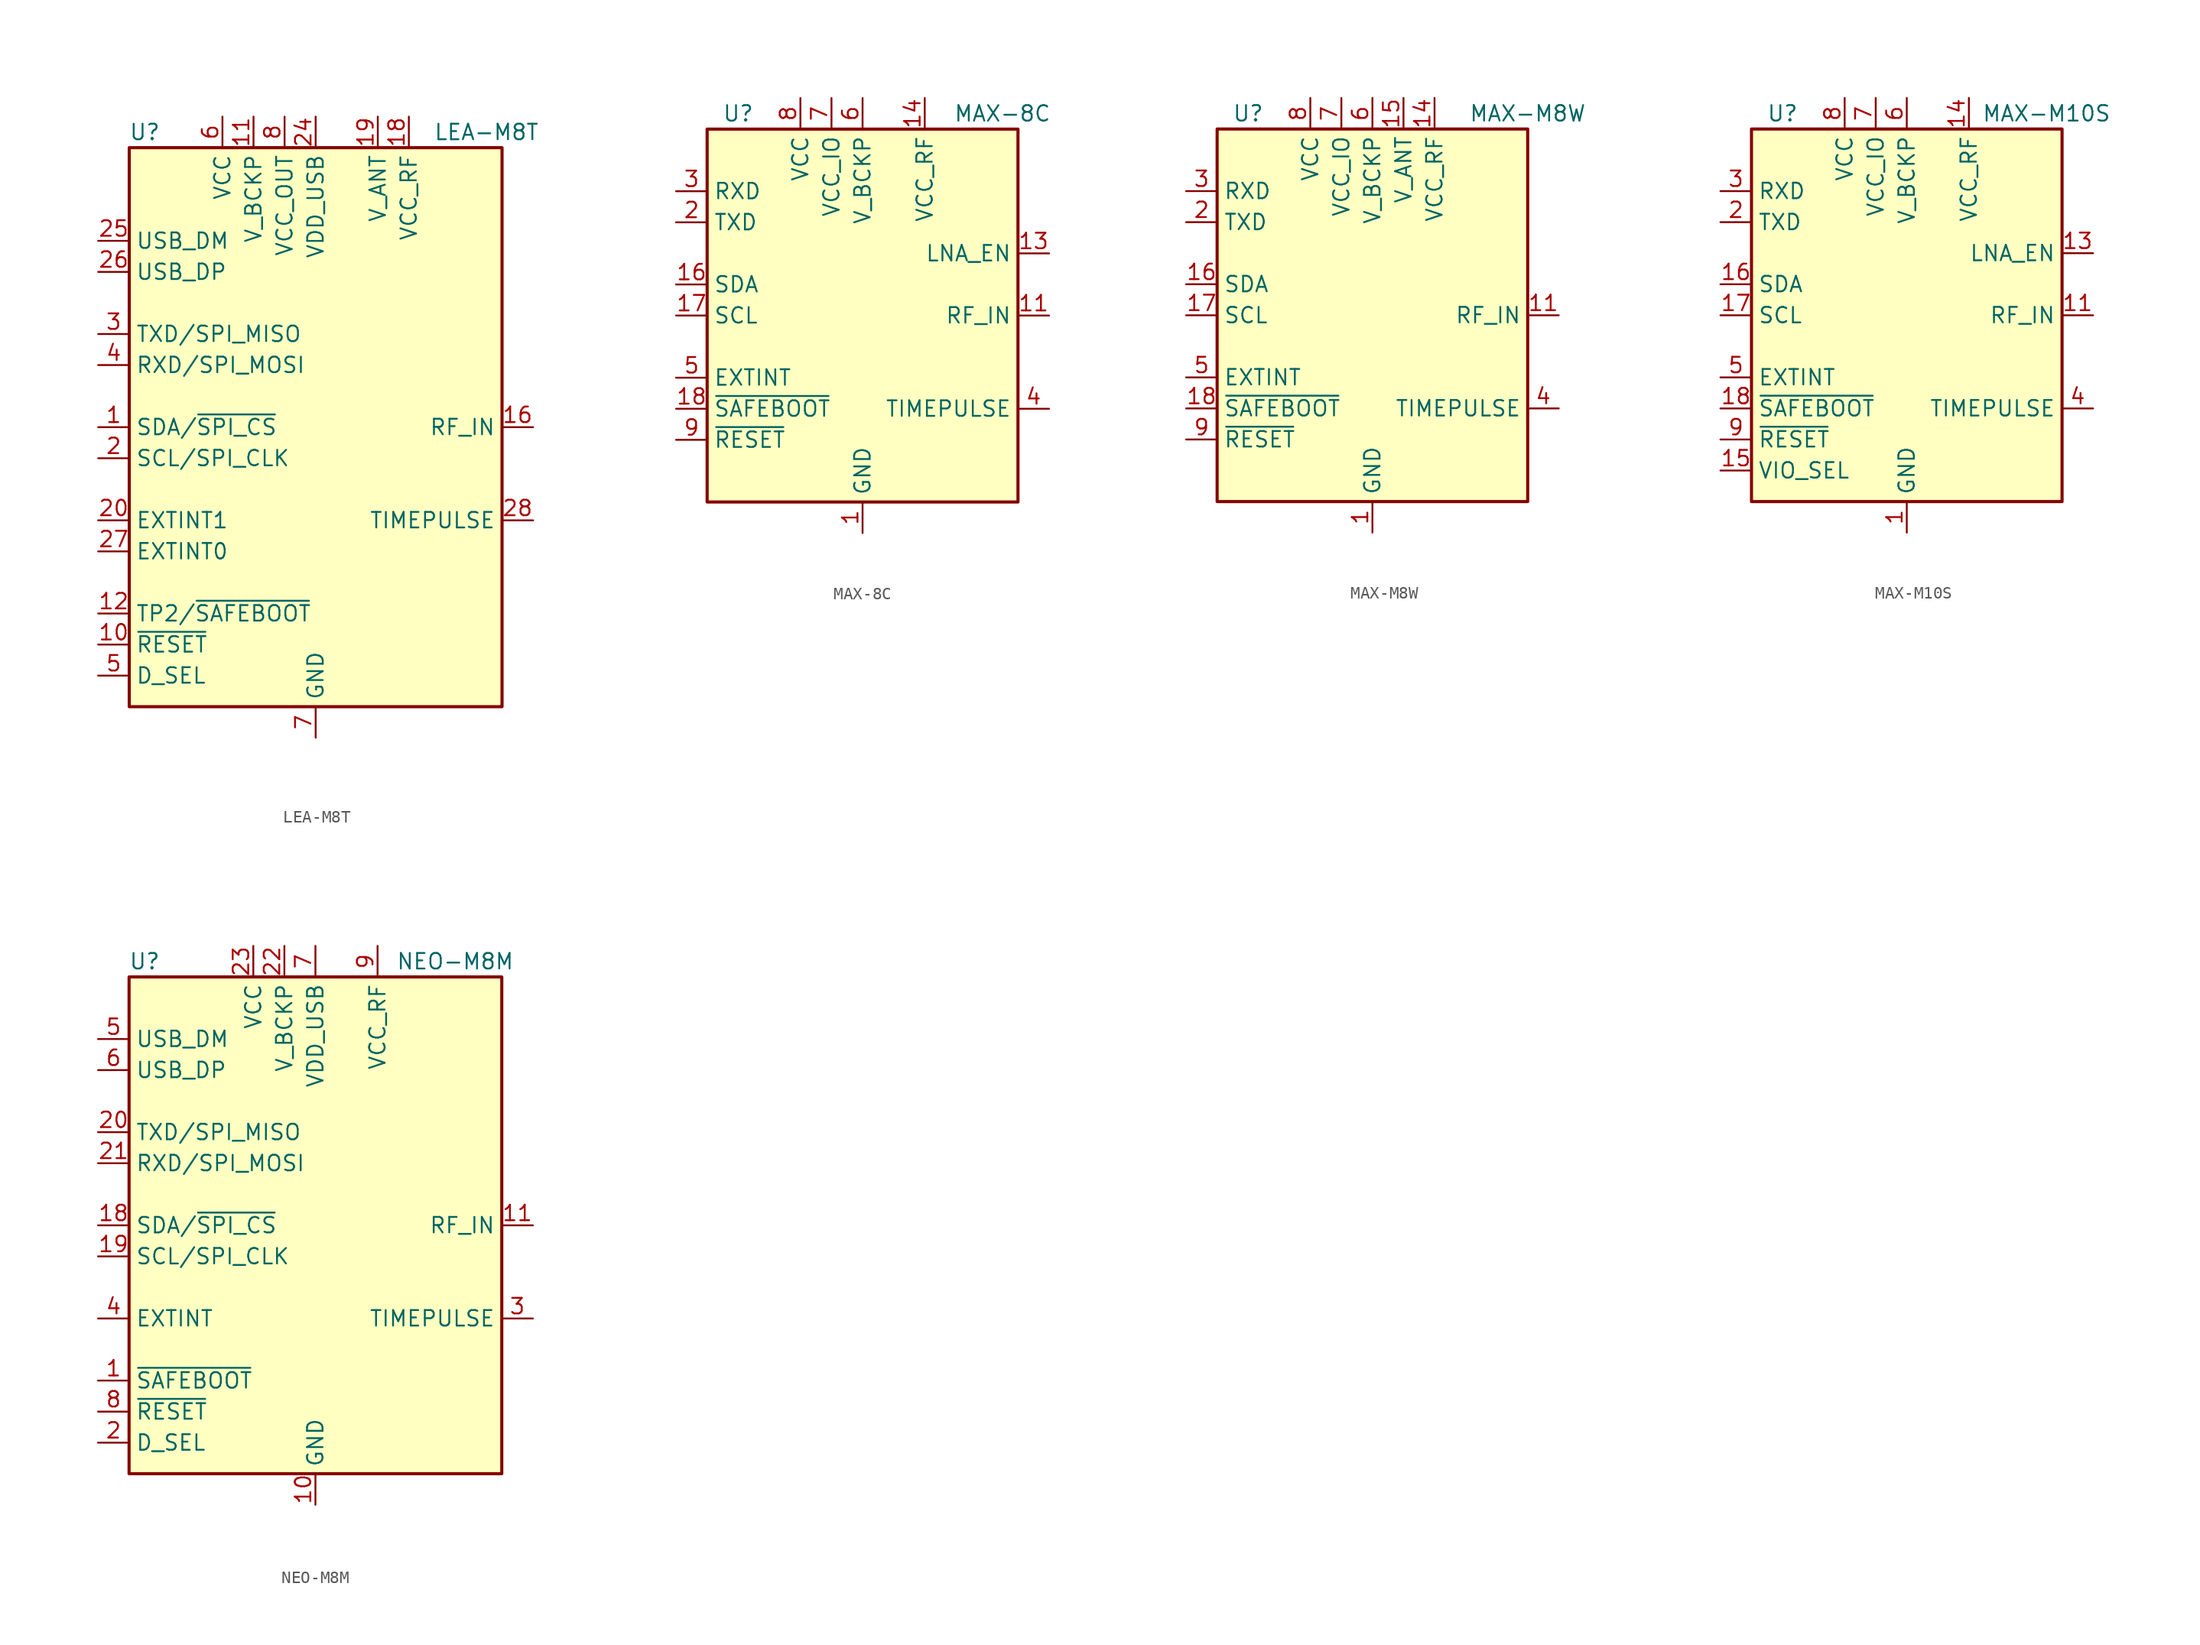
<source format=kicad_sym>
(kicad_symbol_lib
  (version 20211014)
  (generator kicad_symbol_editor)
  (symbol "LEA-M8T"
    (property "Reference" "U"
      (at -13.97 24.13 0)
      (effects (font (size 1.27 1.27))))
    (property "Value" "LEA-M8T"
      (at 13.97 24.13 0)
      (effects (font (size 1.27 1.27))))
    (symbol "LEA-M8T_0_1"
      (rectangle (start -15.24 22.86) (end 15.24 -22.86) (stroke (width 0.254) (type default) (color 0 0 0 0)) (fill (type background))))
    (symbol "LEA-M8T_1_1"
      (pin bidirectional line (at -17.78 0 0) (length 2.54) (name "SDA/~{SPI_CS}" (effects (font (size 1.27 1.27)))) (number "1" (effects (font (size 1.27 1.27)))))
      (pin input line (at -17.78 -17.78 0) (length 2.54) (name "~{RESET}" (effects (font (size 1.27 1.27)))) (number "10" (effects (font (size 1.27 1.27)))))
      (pin power_in line (at -5.08 25.4 270) (length 2.54) (name "V_BCKP" (effects (font (size 1.27 1.27)))) (number "11" (effects (font (size 1.27 1.27)))))
      (pin bidirectional line (at -17.78 -15.24 0) (length 2.54) (name "TP2/~{SAFEBOOT}" (effects (font (size 1.27 1.27)))) (number "12" (effects (font (size 1.27 1.27)))))
      (pin passive line (at 0 -25.4 90) (length 2.54) hide (name "GND" (effects (font (size 1.27 1.27)))) (number "13" (effects (font (size 1.27 1.27)))))
      (pin passive line (at 0 -25.4 90) (length 2.54) hide (name "GND" (effects (font (size 1.27 1.27)))) (number "14" (effects (font (size 1.27 1.27)))))
      (pin passive line (at 0 -25.4 90) (length 2.54) hide (name "GND" (effects (font (size 1.27 1.27)))) (number "15" (effects (font (size 1.27 1.27)))))
      (pin input line (at 17.78 0 180) (length 2.54) (name "RF_IN" (effects (font (size 1.27 1.27)))) (number "16" (effects (font (size 1.27 1.27)))))
      (pin passive line (at 0 -25.4 90) (length 2.54) hide (name "GND" (effects (font (size 1.27 1.27)))) (number "17" (effects (font (size 1.27 1.27)))))
      (pin power_out line (at 7.62 25.4 270) (length 2.54) (name "VCC_RF" (effects (font (size 1.27 1.27)))) (number "18" (effects (font (size 1.27 1.27)))))
      (pin power_in line (at 5.08 25.4 270) (length 2.54) (name "V_ANT" (effects (font (size 1.27 1.27)))) (number "19" (effects (font (size 1.27 1.27)))))
      (pin input line (at -17.78 -2.54 0) (length 2.54) (name "SCL/SPI_CLK" (effects (font (size 1.27 1.27)))) (number "2" (effects (font (size 1.27 1.27)))))
      (pin input line (at -17.78 -7.62 0) (length 2.54) (name "EXTINT1" (effects (font (size 1.27 1.27)))) (number "20" (effects (font (size 1.27 1.27)))))
      (pin no_connect line (at 15.24 7.62 180) (length 2.54) hide (name "RESERVED" (effects (font (size 1.27 1.27)))) (number "21" (effects (font (size 1.27 1.27)))))
      (pin no_connect line (at 15.24 5.08 180) (length 2.54) hide (name "RESERVED" (effects (font (size 1.27 1.27)))) (number "22" (effects (font (size 1.27 1.27)))))
      (pin no_connect line (at 15.24 2.54 180) (length 2.54) hide (name "RESERVED" (effects (font (size 1.27 1.27)))) (number "23" (effects (font (size 1.27 1.27)))))
      (pin power_in line (at 0 25.4 270) (length 2.54) (name "VDD_USB" (effects (font (size 1.27 1.27)))) (number "24" (effects (font (size 1.27 1.27)))))
      (pin bidirectional line (at -17.78 15.24 0) (length 2.54) (name "USB_DM" (effects (font (size 1.27 1.27)))) (number "25" (effects (font (size 1.27 1.27)))))
      (pin bidirectional line (at -17.78 12.7 0) (length 2.54) (name "USB_DP" (effects (font (size 1.27 1.27)))) (number "26" (effects (font (size 1.27 1.27)))))
      (pin input line (at -17.78 -10.16 0) (length 2.54) (name "EXTINT0" (effects (font (size 1.27 1.27)))) (number "27" (effects (font (size 1.27 1.27)))))
      (pin output line (at 17.78 -7.62 180) (length 2.54) (name "TIMEPULSE" (effects (font (size 1.27 1.27)))) (number "28" (effects (font (size 1.27 1.27)))))
      (pin output line (at -17.78 7.62 0) (length 2.54) (name "TXD/SPI_MISO" (effects (font (size 1.27 1.27)))) (number "3" (effects (font (size 1.27 1.27)))))
      (pin input line (at -17.78 5.08 0) (length 2.54) (name "RXD/SPI_MOSI" (effects (font (size 1.27 1.27)))) (number "4" (effects (font (size 1.27 1.27)))))
      (pin input line (at -17.78 -20.32 0) (length 2.54) (name "D_SEL" (effects (font (size 1.27 1.27)))) (number "5" (effects (font (size 1.27 1.27)))))
      (pin power_in line (at -7.62 25.4 270) (length 2.54) (name "VCC" (effects (font (size 1.27 1.27)))) (number "6" (effects (font (size 1.27 1.27)))))
      (pin power_in line (at 0 -25.4 90) (length 2.54) (name "GND" (effects (font (size 1.27 1.27)))) (number "7" (effects (font (size 1.27 1.27)))))
      (pin power_out line (at -2.54 25.4 270) (length 2.54) (name "VCC_OUT" (effects (font (size 1.27 1.27)))) (number "8" (effects (font (size 1.27 1.27)))))
      (pin no_connect line (at 15.24 10.16 180) (length 2.54) hide (name "RESERVED" (effects (font (size 1.27 1.27)))) (number "9" (effects (font (size 1.27 1.27)))))))
  (symbol "MAX-8C"
    (property "Reference" "U"
      (at -10.16 16.51 0)
      (effects (font (size 1.27 1.27))))
    (property "Value" "MAX-8C"
      (at 11.43 16.51 0)
      (effects (font (size 1.27 1.27))))
    (symbol "MAX-8C_0_1"
      (rectangle (start 12.7 15.24) (end -12.7 -15.24) (stroke (width 0.254) (type default) (color 0 0 0 0)) (fill (type background))))
    (symbol "MAX-8C_1_1"
      (pin power_in line (at 0 -17.78 90) (length 2.54) (name "GND" (effects (font (size 1.27 1.27)))) (number "1" (effects (font (size 1.27 1.27)))))
      (pin passive line (at 0 -17.78 90) (length 2.54) hide (name "GND" (effects (font (size 1.27 1.27)))) (number "10" (effects (font (size 1.27 1.27)))))
      (pin input line (at 15.24 0 180) (length 2.54) (name "RF_IN" (effects (font (size 1.27 1.27)))) (number "11" (effects (font (size 1.27 1.27)))))
      (pin passive line (at 0 -17.78 90) (length 2.54) hide (name "GND" (effects (font (size 1.27 1.27)))) (number "12" (effects (font (size 1.27 1.27)))))
      (pin output line (at 15.24 5.08 180) (length 2.54) (name "LNA_EN" (effects (font (size 1.27 1.27)))) (number "13" (effects (font (size 1.27 1.27)))))
      (pin power_out line (at 5.08 17.78 270) (length 2.54) (name "VCC_RF" (effects (font (size 1.27 1.27)))) (number "14" (effects (font (size 1.27 1.27)))))
      (pin no_connect line (at 12.7 -5.08 180) (length 2.54) hide (name "Reserved" (effects (font (size 1.27 1.27)))) (number "15" (effects (font (size 1.27 1.27)))))
      (pin bidirectional line (at -15.24 2.54 0) (length 2.54) (name "SDA" (effects (font (size 1.27 1.27)))) (number "16" (effects (font (size 1.27 1.27)))))
      (pin input line (at -15.24 0 0) (length 2.54) (name "SCL" (effects (font (size 1.27 1.27)))) (number "17" (effects (font (size 1.27 1.27)))))
      (pin input line (at -15.24 -7.62 0) (length 2.54) (name "~{SAFEBOOT}" (effects (font (size 1.27 1.27)))) (number "18" (effects (font (size 1.27 1.27)))))
      (pin output line (at -15.24 7.62 0) (length 2.54) (name "TXD" (effects (font (size 1.27 1.27)))) (number "2" (effects (font (size 1.27 1.27)))))
      (pin input line (at -15.24 10.16 0) (length 2.54) (name "RXD" (effects (font (size 1.27 1.27)))) (number "3" (effects (font (size 1.27 1.27)))))
      (pin output line (at 15.24 -7.62 180) (length 2.54) (name "TIMEPULSE" (effects (font (size 1.27 1.27)))) (number "4" (effects (font (size 1.27 1.27)))))
      (pin input line (at -15.24 -5.08 0) (length 2.54) (name "EXTINT" (effects (font (size 1.27 1.27)))) (number "5" (effects (font (size 1.27 1.27)))))
      (pin power_in line (at 0 17.78 270) (length 2.54) (name "V_BCKP" (effects (font (size 1.27 1.27)))) (number "6" (effects (font (size 1.27 1.27)))))
      (pin power_in line (at -2.54 17.78 270) (length 2.54) (name "VCC_IO" (effects (font (size 1.27 1.27)))) (number "7" (effects (font (size 1.27 1.27)))))
      (pin power_in line (at -5.08 17.78 270) (length 2.54) (name "VCC" (effects (font (size 1.27 1.27)))) (number "8" (effects (font (size 1.27 1.27)))))
      (pin input line (at -15.24 -10.16 0) (length 2.54) (name "~{RESET}" (effects (font (size 1.27 1.27)))) (number "9" (effects (font (size 1.27 1.27)))))))
  (symbol "MAX-M8W"
    (property "Reference" "U"
      (at -10.16 16.51 0)
      (effects (font (size 1.27 1.27))))
    (property "Value" "MAX-M8W"
      (at 12.7 16.51 0)
      (effects (font (size 1.27 1.27))))
    (symbol "MAX-M8W_0_1"
      (rectangle (start 12.7 15.24) (end -12.7 -15.24) (stroke (width 0.254) (type default) (color 0 0 0 0)) (fill (type background))))
    (symbol "MAX-M8W_1_1"
      (pin power_in line (at 0 -17.78 90) (length 2.54) (name "GND" (effects (font (size 1.27 1.27)))) (number "1" (effects (font (size 1.27 1.27)))))
      (pin passive line (at 0 -17.78 90) (length 2.54) hide (name "GND" (effects (font (size 1.27 1.27)))) (number "10" (effects (font (size 1.27 1.27)))))
      (pin input line (at 15.24 0 180) (length 2.54) (name "RF_IN" (effects (font (size 1.27 1.27)))) (number "11" (effects (font (size 1.27 1.27)))))
      (pin passive line (at 0 -17.78 90) (length 2.54) hide (name "GND" (effects (font (size 1.27 1.27)))) (number "12" (effects (font (size 1.27 1.27)))))
      (pin no_connect line (at 12.7 -5.08 180) (length 2.54) hide (name "Reserved" (effects (font (size 1.27 1.27)))) (number "13" (effects (font (size 1.27 1.27)))))
      (pin power_out line (at 5.08 17.78 270) (length 2.54) (name "VCC_RF" (effects (font (size 1.27 1.27)))) (number "14" (effects (font (size 1.27 1.27)))))
      (pin power_in line (at 2.54 17.78 270) (length 2.54) (name "V_ANT" (effects (font (size 1.27 1.27)))) (number "15" (effects (font (size 1.27 1.27)))))
      (pin bidirectional line (at -15.24 2.54 0) (length 2.54) (name "SDA" (effects (font (size 1.27 1.27)))) (number "16" (effects (font (size 1.27 1.27)))))
      (pin input line (at -15.24 0 0) (length 2.54) (name "SCL" (effects (font (size 1.27 1.27)))) (number "17" (effects (font (size 1.27 1.27)))))
      (pin input line (at -15.24 -7.62 0) (length 2.54) (name "~{SAFEBOOT}" (effects (font (size 1.27 1.27)))) (number "18" (effects (font (size 1.27 1.27)))))
      (pin output line (at -15.24 7.62 0) (length 2.54) (name "TXD" (effects (font (size 1.27 1.27)))) (number "2" (effects (font (size 1.27 1.27)))))
      (pin input line (at -15.24 10.16 0) (length 2.54) (name "RXD" (effects (font (size 1.27 1.27)))) (number "3" (effects (font (size 1.27 1.27)))))
      (pin output line (at 15.24 -7.62 180) (length 2.54) (name "TIMEPULSE" (effects (font (size 1.27 1.27)))) (number "4" (effects (font (size 1.27 1.27)))))
      (pin input line (at -15.24 -5.08 0) (length 2.54) (name "EXTINT" (effects (font (size 1.27 1.27)))) (number "5" (effects (font (size 1.27 1.27)))))
      (pin power_in line (at 0 17.78 270) (length 2.54) (name "V_BCKP" (effects (font (size 1.27 1.27)))) (number "6" (effects (font (size 1.27 1.27)))))
      (pin power_in line (at -2.54 17.78 270) (length 2.54) (name "VCC_IO" (effects (font (size 1.27 1.27)))) (number "7" (effects (font (size 1.27 1.27)))))
      (pin power_in line (at -5.08 17.78 270) (length 2.54) (name "VCC" (effects (font (size 1.27 1.27)))) (number "8" (effects (font (size 1.27 1.27)))))
      (pin input line (at -15.24 -10.16 0) (length 2.54) (name "~{RESET}" (effects (font (size 1.27 1.27)))) (number "9" (effects (font (size 1.27 1.27)))))))
  (symbol "MAX-M10S"
    (property "Reference" "U"
      (at -10.16 16.51 0)
      (effects (font (size 1.27 1.27))))
    (property "Value" "MAX-M10S"
      (at 11.43 16.51 0)
      (effects (font (size 1.27 1.27))))
    (symbol "MAX-M10S_0_1"
      (rectangle (start 12.7 15.24) (end -12.7 -15.24) (stroke (width 0.254) (type default) (color 0 0 0 0)) (fill (type background))))
    (symbol "MAX-M10S_1_1"
      (pin power_in line (at 0 -17.78 90) (length 2.54) (name "GND" (effects (font (size 1.27 1.27)))) (number "1" (effects (font (size 1.27 1.27)))))
      (pin passive line (at 0 -17.78 90) (length 2.54) hide (name "GND" (effects (font (size 1.27 1.27)))) (number "10" (effects (font (size 1.27 1.27)))))
      (pin input line (at 15.24 0 180) (length 2.54) (name "RF_IN" (effects (font (size 1.27 1.27)))) (number "11" (effects (font (size 1.27 1.27)))))
      (pin passive line (at 0 -17.78 90) (length 2.54) hide (name "GND" (effects (font (size 1.27 1.27)))) (number "12" (effects (font (size 1.27 1.27)))))
      (pin output line (at 15.24 5.08 180) (length 2.54) (name "LNA_EN" (effects (font (size 1.27 1.27)))) (number "13" (effects (font (size 1.27 1.27)))))
      (pin power_out line (at 5.08 17.78 270) (length 2.54) (name "VCC_RF" (effects (font (size 1.27 1.27)))) (number "14" (effects (font (size 1.27 1.27)))))
      (pin input line (at -15.24 -12.7 0) (length 2.54) (name "VIO_SEL" (effects (font (size 1.27 1.27)))) (number "15" (effects (font (size 1.27 1.27)))))
      (pin bidirectional line (at -15.24 2.54 0) (length 2.54) (name "SDA" (effects (font (size 1.27 1.27)))) (number "16" (effects (font (size 1.27 1.27)))))
      (pin input line (at -15.24 0 0) (length 2.54) (name "SCL" (effects (font (size 1.27 1.27)))) (number "17" (effects (font (size 1.27 1.27)))))
      (pin input line (at -15.24 -7.62 0) (length 2.54) (name "~{SAFEBOOT}" (effects (font (size 1.27 1.27)))) (number "18" (effects (font (size 1.27 1.27)))))
      (pin output line (at -15.24 7.62 0) (length 2.54) (name "TXD" (effects (font (size 1.27 1.27)))) (number "2" (effects (font (size 1.27 1.27)))))
      (pin input line (at -15.24 10.16 0) (length 2.54) (name "RXD" (effects (font (size 1.27 1.27)))) (number "3" (effects (font (size 1.27 1.27)))))
      (pin output line (at 15.24 -7.62 180) (length 2.54) (name "TIMEPULSE" (effects (font (size 1.27 1.27)))) (number "4" (effects (font (size 1.27 1.27)))))
      (pin input line (at -15.24 -5.08 0) (length 2.54) (name "EXTINT" (effects (font (size 1.27 1.27)))) (number "5" (effects (font (size 1.27 1.27)))))
      (pin power_in line (at 0 17.78 270) (length 2.54) (name "V_BCKP" (effects (font (size 1.27 1.27)))) (number "6" (effects (font (size 1.27 1.27)))))
      (pin power_in line (at -2.54 17.78 270) (length 2.54) (name "VCC_IO" (effects (font (size 1.27 1.27)))) (number "7" (effects (font (size 1.27 1.27)))))
      (pin power_in line (at -5.08 17.78 270) (length 2.54) (name "VCC" (effects (font (size 1.27 1.27)))) (number "8" (effects (font (size 1.27 1.27)))))
      (pin input line (at -15.24 -10.16 0) (length 2.54) (name "~{RESET}" (effects (font (size 1.27 1.27)))) (number "9" (effects (font (size 1.27 1.27)))))))
  (symbol "NEO-M8M"
    (property "Reference" "U"
      (at -13.97 21.59 0)
      (effects (font (size 1.27 1.27))))
    (property "Value" "NEO-M8M"
      (at 11.43 21.59 0)
      (effects (font (size 1.27 1.27))))
    (symbol "NEO-M8M_0_1"
      (rectangle (start -15.24 20.32) (end 15.24 -20.32) (stroke (width 0.254) (type default) (color 0 0 0 0)) (fill (type background))))
    (symbol "NEO-M8M_1_1"
      (pin input line (at -17.78 -12.7 0) (length 2.54) (name "~{SAFEBOOT}" (effects (font (size 1.27 1.27)))) (number "1" (effects (font (size 1.27 1.27)))))
      (pin power_in line (at 0 -22.86 90) (length 2.54) (name "GND" (effects (font (size 1.27 1.27)))) (number "10" (effects (font (size 1.27 1.27)))))
      (pin input line (at 17.78 0 180) (length 2.54) (name "RF_IN" (effects (font (size 1.27 1.27)))) (number "11" (effects (font (size 1.27 1.27)))))
      (pin passive line (at 0 -22.86 90) (length 2.54) hide (name "GND" (effects (font (size 1.27 1.27)))) (number "12" (effects (font (size 1.27 1.27)))))
      (pin passive line (at 0 -22.86 90) (length 2.54) hide (name "GND" (effects (font (size 1.27 1.27)))) (number "13" (effects (font (size 1.27 1.27)))))
      (pin no_connect line (at 15.24 -10.16 180) (length 2.54) hide (name "RESERVED" (effects (font (size 1.27 1.27)))) (number "14" (effects (font (size 1.27 1.27)))))
      (pin no_connect line (at 15.24 -12.7 180) (length 2.54) hide (name "RESERVED" (effects (font (size 1.27 1.27)))) (number "15" (effects (font (size 1.27 1.27)))))
      (pin no_connect line (at 15.24 -15.24 180) (length 2.54) hide (name "RESERVED" (effects (font (size 1.27 1.27)))) (number "16" (effects (font (size 1.27 1.27)))))
      (pin no_connect line (at 15.24 -17.78 180) (length 2.54) hide (name "RESERVED" (effects (font (size 1.27 1.27)))) (number "17" (effects (font (size 1.27 1.27)))))
      (pin bidirectional line (at -17.78 0 0) (length 2.54) (name "SDA/~{SPI_CS}" (effects (font (size 1.27 1.27)))) (number "18" (effects (font (size 1.27 1.27)))))
      (pin input line (at -17.78 -2.54 0) (length 2.54) (name "SCL/SPI_CLK" (effects (font (size 1.27 1.27)))) (number "19" (effects (font (size 1.27 1.27)))))
      (pin input line (at -17.78 -17.78 0) (length 2.54) (name "D_SEL" (effects (font (size 1.27 1.27)))) (number "2" (effects (font (size 1.27 1.27)))))
      (pin output line (at -17.78 7.62 0) (length 2.54) (name "TXD/SPI_MISO" (effects (font (size 1.27 1.27)))) (number "20" (effects (font (size 1.27 1.27)))))
      (pin input line (at -17.78 5.08 0) (length 2.54) (name "RXD/SPI_MOSI" (effects (font (size 1.27 1.27)))) (number "21" (effects (font (size 1.27 1.27)))))
      (pin power_in line (at -2.54 22.86 270) (length 2.54) (name "V_BCKP" (effects (font (size 1.27 1.27)))) (number "22" (effects (font (size 1.27 1.27)))))
      (pin power_in line (at -5.08 22.86 270) (length 2.54) (name "VCC" (effects (font (size 1.27 1.27)))) (number "23" (effects (font (size 1.27 1.27)))))
      (pin passive line (at 0 -22.86 90) (length 2.54) hide (name "GND" (effects (font (size 1.27 1.27)))) (number "24" (effects (font (size 1.27 1.27)))))
      (pin output line (at 17.78 -7.62 180) (length 2.54) (name "TIMEPULSE" (effects (font (size 1.27 1.27)))) (number "3" (effects (font (size 1.27 1.27)))))
      (pin input line (at -17.78 -7.62 0) (length 2.54) (name "EXTINT" (effects (font (size 1.27 1.27)))) (number "4" (effects (font (size 1.27 1.27)))))
      (pin bidirectional line (at -17.78 15.24 0) (length 2.54) (name "USB_DM" (effects (font (size 1.27 1.27)))) (number "5" (effects (font (size 1.27 1.27)))))
      (pin bidirectional line (at -17.78 12.7 0) (length 2.54) (name "USB_DP" (effects (font (size 1.27 1.27)))) (number "6" (effects (font (size 1.27 1.27)))))
      (pin power_in line (at 0 22.86 270) (length 2.54) (name "VDD_USB" (effects (font (size 1.27 1.27)))) (number "7" (effects (font (size 1.27 1.27)))))
      (pin input line (at -17.78 -15.24 0) (length 2.54) (name "~{RESET}" (effects (font (size 1.27 1.27)))) (number "8" (effects (font (size 1.27 1.27)))))
      (pin power_out line (at 5.08 22.86 270) (length 2.54) (name "VCC_RF" (effects (font (size 1.27 1.27)))) (number "9" (effects (font (size 1.27 1.27))))))))
</source>
